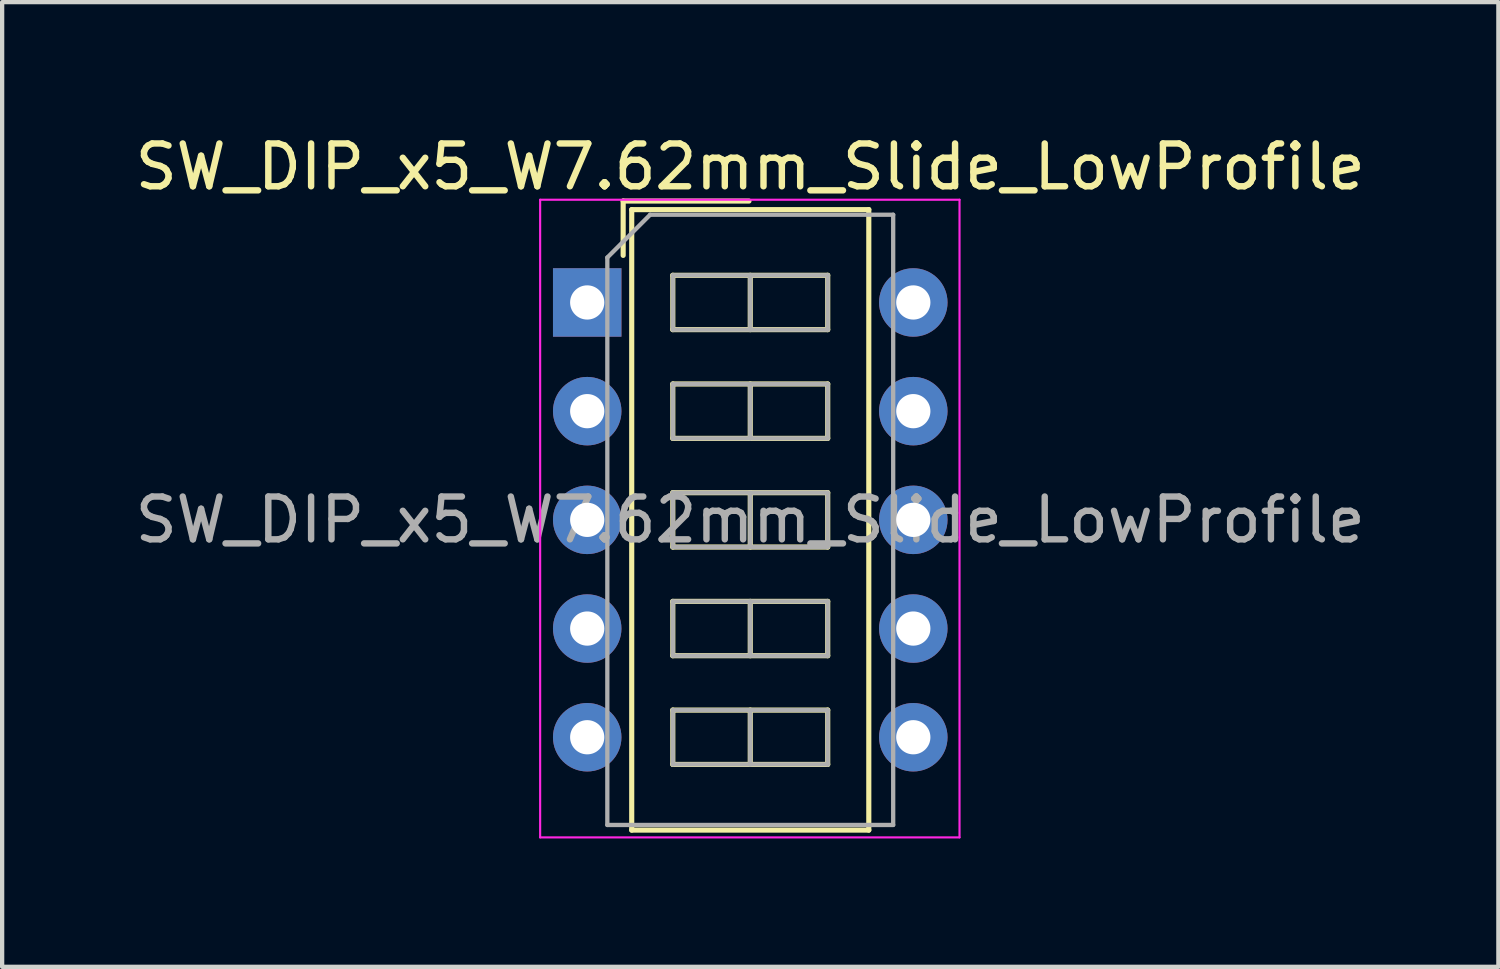
<source format=kicad_pcb>
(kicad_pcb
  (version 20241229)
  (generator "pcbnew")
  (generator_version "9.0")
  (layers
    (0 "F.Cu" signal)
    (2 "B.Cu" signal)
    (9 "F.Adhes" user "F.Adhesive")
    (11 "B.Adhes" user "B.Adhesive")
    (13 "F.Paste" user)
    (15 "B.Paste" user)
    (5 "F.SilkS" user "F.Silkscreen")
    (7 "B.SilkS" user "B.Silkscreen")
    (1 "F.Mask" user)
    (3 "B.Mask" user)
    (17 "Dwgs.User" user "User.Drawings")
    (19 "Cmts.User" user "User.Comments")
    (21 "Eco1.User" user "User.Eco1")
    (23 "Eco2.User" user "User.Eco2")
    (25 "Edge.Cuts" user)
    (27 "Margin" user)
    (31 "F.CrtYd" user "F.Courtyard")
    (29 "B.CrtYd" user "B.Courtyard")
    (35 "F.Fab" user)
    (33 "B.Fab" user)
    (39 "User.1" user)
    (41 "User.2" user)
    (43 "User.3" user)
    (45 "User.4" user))
  (footprint "SW_DIP_x5_W7.62mm_Slide_LowProfile"
    (layer "F.Cu")
    (at 10.672 4.018)
    (property "Reference" "SW_DIP_x5_W7.62mm_Slide_LowProfile" (at 3.81 -3.17 0) (layer "F.SilkS") (effects (font (size 1 1) (thickness 0.15))))
    (attr through_hole)
    (fp_line (start 0.84 -2.37) (end 0.84 -1.1) (stroke (width 0.12) (type solid)) (layer "F.SilkS"))
    (fp_line (start 0.84 -2.37) (end 3.78 -2.37) (stroke (width 0.12) (type solid)) (layer "F.SilkS"))
    (fp_line (start 1.04 -2.17) (end 6.58 -2.17) (stroke (width 0.12) (type solid)) (layer "F.SilkS"))
    (fp_line (start 1.04 12.33) (end 1.04 -2.17) (stroke (width 0.12) (type solid)) (layer "F.SilkS"))
    (fp_line (start 2 -0.635) (end 2 0.635) (stroke (width 0.12) (type solid)) (layer "F.SilkS"))
    (fp_line (start 2 0.635) (end 5.62 0.635) (stroke (width 0.12) (type solid)) (layer "F.SilkS"))
    (fp_line (start 2 1.905) (end 2 3.175) (stroke (width 0.12) (type solid)) (layer "F.SilkS"))
    (fp_line (start 2 3.175) (end 5.62 3.175) (stroke (width 0.12) (type solid)) (layer "F.SilkS"))
    (fp_line (start 2 4.445) (end 2 5.715) (stroke (width 0.12) (type solid)) (layer "F.SilkS"))
    (fp_line (start 2 5.715) (end 5.62 5.715) (stroke (width 0.12) (type solid)) (layer "F.SilkS"))
    (fp_line (start 2 6.985) (end 2 8.255) (stroke (width 0.12) (type solid)) (layer "F.SilkS"))
    (fp_line (start 2 8.255) (end 5.62 8.255) (stroke (width 0.12) (type solid)) (layer "F.SilkS"))
    (fp_line (start 2 9.525) (end 2 10.795) (stroke (width 0.12) (type solid)) (layer "F.SilkS"))
    (fp_line (start 2 10.795) (end 5.62 10.795) (stroke (width 0.12) (type solid)) (layer "F.SilkS"))
    (fp_line (start 3.81 -0.635) (end 3.81 0.635) (stroke (width 0.12) (type solid)) (layer "F.SilkS"))
    (fp_line (start 3.81 1.905) (end 3.81 3.175) (stroke (width 0.12) (type solid)) (layer "F.SilkS"))
    (fp_line (start 3.81 4.445) (end 3.81 5.715) (stroke (width 0.12) (type solid)) (layer "F.SilkS"))
    (fp_line (start 3.81 6.985) (end 3.81 8.255) (stroke (width 0.12) (type solid)) (layer "F.SilkS"))
    (fp_line (start 3.81 9.525) (end 3.81 10.795) (stroke (width 0.12) (type solid)) (layer "F.SilkS"))
    (fp_line (start 5.62 -0.635) (end 2 -0.635) (stroke (width 0.12) (type solid)) (layer "F.SilkS"))
    (fp_line (start 5.62 0.635) (end 5.62 -0.635) (stroke (width 0.12) (type solid)) (layer "F.SilkS"))
    (fp_line (start 5.62 1.905) (end 2 1.905) (stroke (width 0.12) (type solid)) (layer "F.SilkS"))
    (fp_line (start 5.62 3.175) (end 5.62 1.905) (stroke (width 0.12) (type solid)) (layer "F.SilkS"))
    (fp_line (start 5.62 4.445) (end 2 4.445) (stroke (width 0.12) (type solid)) (layer "F.SilkS"))
    (fp_line (start 5.62 5.715) (end 5.62 4.445) (stroke (width 0.12) (type solid)) (layer "F.SilkS"))
    (fp_line (start 5.62 6.985) (end 2 6.985) (stroke (width 0.12) (type solid)) (layer "F.SilkS"))
    (fp_line (start 5.62 8.255) (end 5.62 6.985) (stroke (width 0.12) (type solid)) (layer "F.SilkS"))
    (fp_line (start 5.62 9.525) (end 2 9.525) (stroke (width 0.12) (type solid)) (layer "F.SilkS"))
    (fp_line (start 5.62 10.795) (end 5.62 9.525) (stroke (width 0.12) (type solid)) (layer "F.SilkS"))
    (fp_line (start 6.58 -2.17) (end 6.58 12.33) (stroke (width 0.12) (type solid)) (layer "F.SilkS"))
    (fp_line (start 6.58 12.33) (end 1.04 12.33) (stroke (width 0.12) (type solid)) (layer "F.SilkS"))
    (fp_line (start -1.1 -2.4) (end -1.1 12.5) (stroke (width 0.05) (type solid)) (layer "F.CrtYd"))
    (fp_line (start -1.1 12.5) (end 8.7 12.5) (stroke (width 0.05) (type solid)) (layer "F.CrtYd"))
    (fp_line (start 8.7 -2.4) (end -1.1 -2.4) (stroke (width 0.05) (type solid)) (layer "F.CrtYd"))
    (fp_line (start 8.7 12.5) (end 8.7 -2.4) (stroke (width 0.05) (type solid)) (layer "F.CrtYd"))
    (fp_line (start 0.47 -1.05) (end 1.47 -2.05) (stroke (width 0.1) (type solid)) (layer "F.Fab"))
    (fp_line (start 0.47 12.21) (end 0.47 -1.05) (stroke (width 0.1) (type solid)) (layer "F.Fab"))
    (fp_line (start 1.47 -2.05) (end 7.15 -2.05) (stroke (width 0.1) (type solid)) (layer "F.Fab"))
    (fp_line (start 2 -0.635) (end 2 0.635) (stroke (width 0.1) (type solid)) (layer "F.Fab"))
    (fp_line (start 2 0.635) (end 5.62 0.635) (stroke (width 0.1) (type solid)) (layer "F.Fab"))
    (fp_line (start 2 1.905) (end 2 3.175) (stroke (width 0.1) (type solid)) (layer "F.Fab"))
    (fp_line (start 2 3.175) (end 5.62 3.175) (stroke (width 0.1) (type solid)) (layer "F.Fab"))
    (fp_line (start 2 4.445) (end 2 5.715) (stroke (width 0.1) (type solid)) (layer "F.Fab"))
    (fp_line (start 2 5.715) (end 5.62 5.715) (stroke (width 0.1) (type solid)) (layer "F.Fab"))
    (fp_line (start 2 6.985) (end 2 8.255) (stroke (width 0.1) (type solid)) (layer "F.Fab"))
    (fp_line (start 2 8.255) (end 5.62 8.255) (stroke (width 0.1) (type solid)) (layer "F.Fab"))
    (fp_line (start 2 9.525) (end 2 10.795) (stroke (width 0.1) (type solid)) (layer "F.Fab"))
    (fp_line (start 2 10.795) (end 5.62 10.795) (stroke (width 0.1) (type solid)) (layer "F.Fab"))
    (fp_line (start 3.81 -0.635) (end 3.81 0.635) (stroke (width 0.1) (type solid)) (layer "F.Fab"))
    (fp_line (start 3.81 1.905) (end 3.81 3.175) (stroke (width 0.1) (type solid)) (layer "F.Fab"))
    (fp_line (start 3.81 4.445) (end 3.81 5.715) (stroke (width 0.1) (type solid)) (layer "F.Fab"))
    (fp_line (start 3.81 6.985) (end 3.81 8.255) (stroke (width 0.1) (type solid)) (layer "F.Fab"))
    (fp_line (start 3.81 9.525) (end 3.81 10.795) (stroke (width 0.1) (type solid)) (layer "F.Fab"))
    (fp_line (start 5.62 -0.635) (end 2 -0.635) (stroke (width 0.1) (type solid)) (layer "F.Fab"))
    (fp_line (start 5.62 0.635) (end 5.62 -0.635) (stroke (width 0.1) (type solid)) (layer "F.Fab"))
    (fp_line (start 5.62 1.905) (end 2 1.905) (stroke (width 0.1) (type solid)) (layer "F.Fab"))
    (fp_line (start 5.62 3.175) (end 5.62 1.905) (stroke (width 0.1) (type solid)) (layer "F.Fab"))
    (fp_line (start 5.62 4.445) (end 2 4.445) (stroke (width 0.1) (type solid)) (layer "F.Fab"))
    (fp_line (start 5.62 5.715) (end 5.62 4.445) (stroke (width 0.1) (type solid)) (layer "F.Fab"))
    (fp_line (start 5.62 6.985) (end 2 6.985) (stroke (width 0.1) (type solid)) (layer "F.Fab"))
    (fp_line (start 5.62 8.255) (end 5.62 6.985) (stroke (width 0.1) (type solid)) (layer "F.Fab"))
    (fp_line (start 5.62 9.525) (end 2 9.525) (stroke (width 0.1) (type solid)) (layer "F.Fab"))
    (fp_line (start 5.62 10.795) (end 5.62 9.525) (stroke (width 0.1) (type solid)) (layer "F.Fab"))
    (fp_line (start 7.15 -2.05) (end 7.15 12.21) (stroke (width 0.1) (type solid)) (layer "F.Fab"))
    (fp_line (start 7.15 12.21) (end 0.47 12.21) (stroke (width 0.1) (type solid)) (layer "F.Fab"))
    (fp_text user "${REFERENCE}" (at 3.81 5.08 0) (layer "F.Fab") (effects (font (size 1 1) (thickness 0.15))))
    (pad "1" thru_hole rect (at 0 0) (size 1.6 1.6) (drill 0.8) (layers "*.Cu" "*.Mask"))
    (pad "2" thru_hole oval (at 0 2.54) (size 1.6 1.6) (drill 0.8) (layers "*.Cu" "*.Mask"))
    (pad "3" thru_hole oval (at 0 5.08) (size 1.6 1.6) (drill 0.8) (layers "*.Cu" "*.Mask"))
    (pad "4" thru_hole oval (at 0 7.62) (size 1.6 1.6) (drill 0.8) (layers "*.Cu" "*.Mask"))
    (pad "5" thru_hole oval (at 0 10.16) (size 1.6 1.6) (drill 0.8) (layers "*.Cu" "*.Mask"))
    (pad "6" thru_hole oval (at 7.62 10.16) (size 1.6 1.6) (drill 0.8) (layers "*.Cu" "*.Mask"))
    (pad "7" thru_hole oval (at 7.62 7.62) (size 1.6 1.6) (drill 0.8) (layers "*.Cu" "*.Mask"))
    (pad "8" thru_hole oval (at 7.62 5.08) (size 1.6 1.6) (drill 0.8) (layers "*.Cu" "*.Mask"))
    (pad "9" thru_hole oval (at 7.62 2.54) (size 1.6 1.6) (drill 0.8) (layers "*.Cu" "*.Mask"))
    (pad "10" thru_hole oval (at 7.62 0) (size 1.6 1.6) (drill 0.8) (layers "*.Cu" "*.Mask")))
  (gr_rect
    (start -3 -3)
    (end 31.964 19.543)
    (stroke (width 0.1) (type default))
    (fill no)
    (layer "Edge.Cuts")))
</source>
